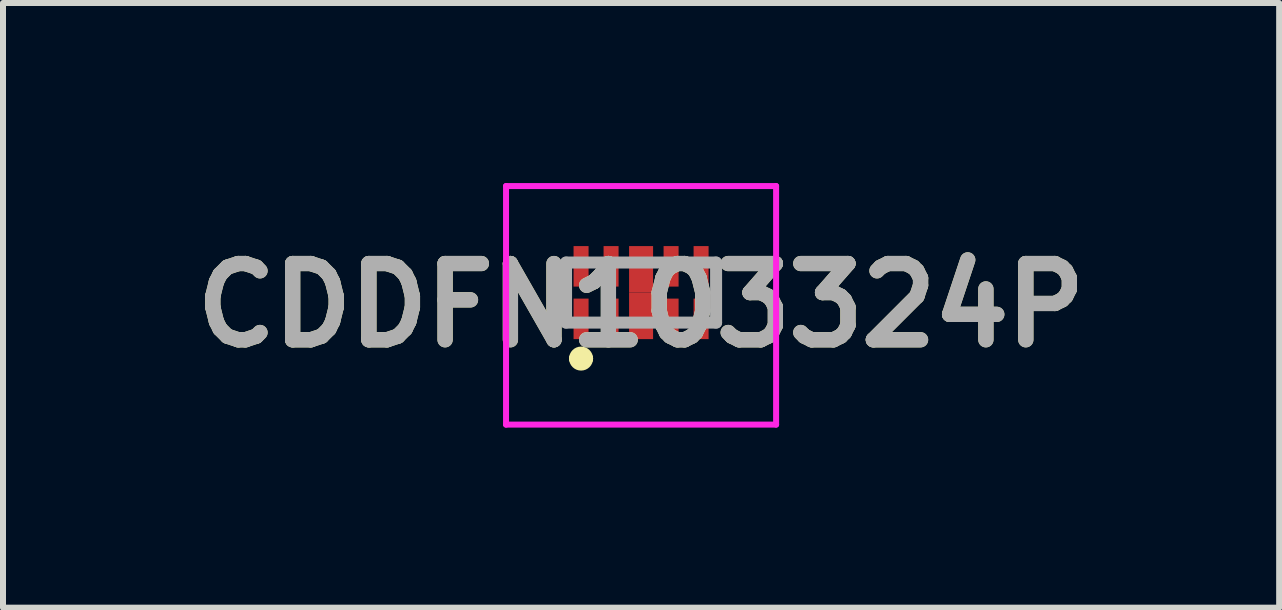
<source format=kicad_pcb>
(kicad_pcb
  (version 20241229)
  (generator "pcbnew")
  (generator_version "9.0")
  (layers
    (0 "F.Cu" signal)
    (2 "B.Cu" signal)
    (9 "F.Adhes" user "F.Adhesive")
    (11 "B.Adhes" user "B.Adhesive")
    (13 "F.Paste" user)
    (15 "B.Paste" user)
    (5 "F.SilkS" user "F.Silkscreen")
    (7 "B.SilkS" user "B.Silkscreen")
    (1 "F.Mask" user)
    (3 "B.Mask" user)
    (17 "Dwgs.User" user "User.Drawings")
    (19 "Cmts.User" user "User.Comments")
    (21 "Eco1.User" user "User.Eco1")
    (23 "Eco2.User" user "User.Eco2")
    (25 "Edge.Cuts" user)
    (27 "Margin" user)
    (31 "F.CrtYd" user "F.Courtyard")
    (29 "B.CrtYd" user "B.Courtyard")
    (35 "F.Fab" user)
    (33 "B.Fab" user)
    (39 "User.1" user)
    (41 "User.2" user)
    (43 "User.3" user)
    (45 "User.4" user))
  (footprint "CDDFN103324P"
    (layer "F.Cu")
    (at 7.632 2.175)
    (property "Reference" "CDDFN103324P" (at 0 -0.138 0) (layer "F.SilkS") (effects (font (size 1.27 1.27) (thickness 0.254))))
    (attr smd)
    (fp_line (start -1.25 -0.85) (end -1.25 0.15) (stroke (width 0.1) (type solid)) (layer "F.SilkS"))
    (fp_line (start -1.1 0.75) (end -1.1 0.75) (stroke (width 0.2) (type solid)) (layer "F.SilkS"))
    (fp_line (start -0.9 0.75) (end -0.9 0.75) (stroke (width 0.2) (type solid)) (layer "F.SilkS"))
    (fp_line (start 1.25 -0.85) (end 1.25 0.15) (stroke (width 0.1) (type solid)) (layer "F.SilkS"))
    (fp_arc (start -1.1 0.75) (mid -1 0.65) (end -0.9 0.75) (stroke (width 0.2) (type solid)) (layer "F.SilkS"))
    (fp_arc (start -0.9 0.75) (mid -1 0.85) (end -1.1 0.75) (stroke (width 0.2) (type solid)) (layer "F.SilkS"))
    (fp_line (start -2.25 -2.125) (end 2.25 -2.125) (stroke (width 0.1) (type solid)) (layer "F.CrtYd"))
    (fp_line (start -2.25 1.85) (end -2.25 -2.125) (stroke (width 0.1) (type solid)) (layer "F.CrtYd"))
    (fp_line (start 2.25 -2.125) (end 2.25 1.85) (stroke (width 0.1) (type solid)) (layer "F.CrtYd"))
    (fp_line (start 2.25 1.85) (end -2.25 1.85) (stroke (width 0.1) (type solid)) (layer "F.CrtYd"))
    (fp_line (start -1.25 -0.85) (end 1.25 -0.85) (stroke (width 0.2) (type solid)) (layer "F.Fab"))
    (fp_line (start -1.25 0.15) (end -1.25 -0.85) (stroke (width 0.2) (type solid)) (layer "F.Fab"))
    (fp_line (start 1.25 -0.85) (end 1.25 0.15) (stroke (width 0.2) (type solid)) (layer "F.Fab"))
    (fp_line (start 1.25 0.15) (end -1.25 0.15) (stroke (width 0.2) (type solid)) (layer "F.Fab"))
    (fp_text user "${REFERENCE}" (at 0 -0.138 0) (layer "F.Fab") (effects (font (size 1.27 1.27) (thickness 0.254))))
    (pad "1" smd rect (at -1 0.088) (size 0.25 0.675) (layers "F.Cu" "F.Mask" "F.Paste"))
    (pad "2" smd rect (at -0.5 0.088) (size 0.25 0.675) (layers "F.Cu" "F.Mask" "F.Paste"))
    (pad "3" smd rect (at 0 0.038) (size 0.4 0.775) (layers "F.Cu" "F.Mask" "F.Paste"))
    (pad "4" smd rect (at 0.5 0.088) (size 0.25 0.675) (layers "F.Cu" "F.Mask" "F.Paste"))
    (pad "5" smd rect (at 1 0.088) (size 0.25 0.675) (layers "F.Cu" "F.Mask" "F.Paste"))
    (pad "6" smd rect (at 1 -0.787) (size 0.25 0.675) (layers "F.Cu" "F.Mask" "F.Paste"))
    (pad "7" smd rect (at 0.5 -0.787) (size 0.25 0.675) (layers "F.Cu" "F.Mask" "F.Paste"))
    (pad "8" smd rect (at 0 -0.737) (size 0.4 0.775) (layers "F.Cu" "F.Mask" "F.Paste"))
    (pad "9" smd rect (at -0.5 -0.787) (size 0.25 0.675) (layers "F.Cu" "F.Mask" "F.Paste"))
    (pad "10" smd rect (at -1 -0.787) (size 0.25 0.675) (layers "F.Cu" "F.Mask" "F.Paste")))
  (gr_rect
    (start -3 -3)
    (end 18.264 7.075)
    (stroke (width 0.1) (type default))
    (fill no)
    (layer "Edge.Cuts")))
</source>
